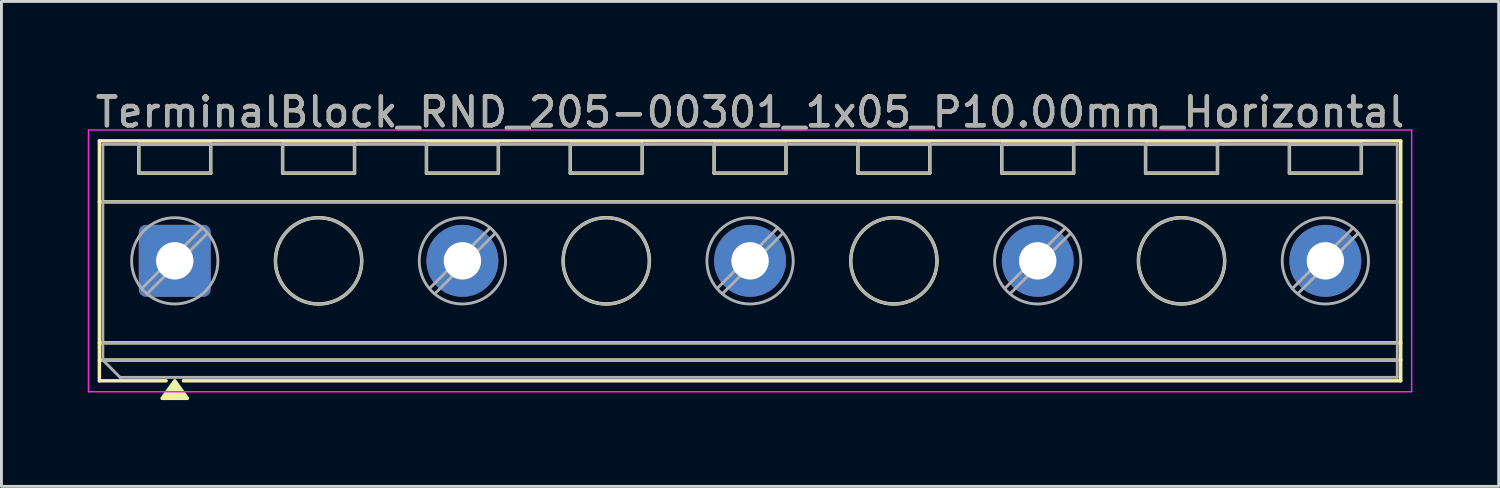
<source format=kicad_pcb>
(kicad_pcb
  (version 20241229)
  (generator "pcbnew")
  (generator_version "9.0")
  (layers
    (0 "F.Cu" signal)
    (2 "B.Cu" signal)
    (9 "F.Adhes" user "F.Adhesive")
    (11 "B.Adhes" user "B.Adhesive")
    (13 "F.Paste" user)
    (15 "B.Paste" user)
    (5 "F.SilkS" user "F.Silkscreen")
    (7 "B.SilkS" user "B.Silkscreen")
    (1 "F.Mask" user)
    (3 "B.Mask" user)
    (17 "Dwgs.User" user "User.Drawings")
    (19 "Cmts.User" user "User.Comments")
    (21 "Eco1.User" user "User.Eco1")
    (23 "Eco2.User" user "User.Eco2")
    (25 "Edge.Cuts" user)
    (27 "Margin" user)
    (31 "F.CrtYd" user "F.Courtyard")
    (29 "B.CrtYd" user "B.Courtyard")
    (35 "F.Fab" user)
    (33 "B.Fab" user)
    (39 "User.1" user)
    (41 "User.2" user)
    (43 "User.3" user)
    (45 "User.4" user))
  (footprint "TerminalBlock_RND_205-00301_1x05_P10.00mm_Horizontal"
    (layer "F.Cu")
    (at 3.025 6.018)
    (property "Reference" "TerminalBlock_RND_205-00301_1x05_P10.00mm_Horizontal" (at 20 -5.17 0) (layer "F.SilkS") (effects (font (size 1 1) (thickness 0.15))))
    (attr through_hole)
    (fp_line (start -2.62 -4.17) (end 42.62 -4.17) (stroke (width 0.12) (type solid)) (layer "F.SilkS"))
    (fp_line (start -2.62 -2.05) (end 42.62 -2.05) (stroke (width 0.12) (type solid)) (layer "F.SilkS"))
    (fp_line (start -2.62 2.85) (end 42.62 2.85) (stroke (width 0.12) (type solid)) (layer "F.SilkS"))
    (fp_line (start -2.62 3.45) (end 42.62 3.45) (stroke (width 0.12) (type solid)) (layer "F.SilkS"))
    (fp_line (start -2.62 4.17) (end -2.62 -4.17) (stroke (width 0.12) (type solid)) (layer "F.SilkS"))
    (fp_line (start -1.25 -4.05) (end 1.25 -4.05) (stroke (width 0.12) (type solid)) (layer "F.SilkS"))
    (fp_line (start -1.25 -3.05) (end -1.25 -4.05) (stroke (width 0.12) (type solid)) (layer "F.SilkS"))
    (fp_line (start -0.3 4.17) (end -2.62 4.17) (stroke (width 0.12) (type solid)) (layer "F.SilkS"))
    (fp_line (start 1.25 -4.05) (end 1.25 -3.05) (stroke (width 0.12) (type solid)) (layer "F.SilkS"))
    (fp_line (start 1.25 -3.05) (end -1.25 -3.05) (stroke (width 0.12) (type solid)) (layer "F.SilkS"))
    (fp_line (start 3.75 -4.05) (end 6.25 -4.05) (stroke (width 0.12) (type solid)) (layer "F.SilkS"))
    (fp_line (start 3.75 -3.05) (end 3.75 -4.05) (stroke (width 0.12) (type solid)) (layer "F.SilkS"))
    (fp_line (start 6.25 -4.05) (end 6.25 -3.05) (stroke (width 0.12) (type solid)) (layer "F.SilkS"))
    (fp_line (start 6.25 -3.05) (end 3.75 -3.05) (stroke (width 0.12) (type solid)) (layer "F.SilkS"))
    (fp_line (start 8.75 -4.05) (end 11.25 -4.05) (stroke (width 0.12) (type solid)) (layer "F.SilkS"))
    (fp_line (start 8.75 -3.05) (end 8.75 -4.05) (stroke (width 0.12) (type solid)) (layer "F.SilkS"))
    (fp_line (start 11.25 -4.05) (end 11.25 -3.05) (stroke (width 0.12) (type solid)) (layer "F.SilkS"))
    (fp_line (start 11.25 -3.05) (end 8.75 -3.05) (stroke (width 0.12) (type solid)) (layer "F.SilkS"))
    (fp_line (start 13.75 -4.05) (end 16.25 -4.05) (stroke (width 0.12) (type solid)) (layer "F.SilkS"))
    (fp_line (start 13.75 -3.05) (end 13.75 -4.05) (stroke (width 0.12) (type solid)) (layer "F.SilkS"))
    (fp_line (start 16.25 -4.05) (end 16.25 -3.05) (stroke (width 0.12) (type solid)) (layer "F.SilkS"))
    (fp_line (start 16.25 -3.05) (end 13.75 -3.05) (stroke (width 0.12) (type solid)) (layer "F.SilkS"))
    (fp_line (start 18.75 -4.05) (end 21.25 -4.05) (stroke (width 0.12) (type solid)) (layer "F.SilkS"))
    (fp_line (start 18.75 -3.05) (end 18.75 -4.05) (stroke (width 0.12) (type solid)) (layer "F.SilkS"))
    (fp_line (start 21.25 -4.05) (end 21.25 -3.05) (stroke (width 0.12) (type solid)) (layer "F.SilkS"))
    (fp_line (start 21.25 -3.05) (end 18.75 -3.05) (stroke (width 0.12) (type solid)) (layer "F.SilkS"))
    (fp_line (start 23.75 -4.05) (end 26.25 -4.05) (stroke (width 0.12) (type solid)) (layer "F.SilkS"))
    (fp_line (start 23.75 -3.05) (end 23.75 -4.05) (stroke (width 0.12) (type solid)) (layer "F.SilkS"))
    (fp_line (start 26.25 -4.05) (end 26.25 -3.05) (stroke (width 0.12) (type solid)) (layer "F.SilkS"))
    (fp_line (start 26.25 -3.05) (end 23.75 -3.05) (stroke (width 0.12) (type solid)) (layer "F.SilkS"))
    (fp_line (start 28.75 -4.05) (end 31.25 -4.05) (stroke (width 0.12) (type solid)) (layer "F.SilkS"))
    (fp_line (start 28.75 -3.05) (end 28.75 -4.05) (stroke (width 0.12) (type solid)) (layer "F.SilkS"))
    (fp_line (start 31.25 -4.05) (end 31.25 -3.05) (stroke (width 0.12) (type solid)) (layer "F.SilkS"))
    (fp_line (start 31.25 -3.05) (end 28.75 -3.05) (stroke (width 0.12) (type solid)) (layer "F.SilkS"))
    (fp_line (start 33.75 -4.05) (end 36.25 -4.05) (stroke (width 0.12) (type solid)) (layer "F.SilkS"))
    (fp_line (start 33.75 -3.05) (end 33.75 -4.05) (stroke (width 0.12) (type solid)) (layer "F.SilkS"))
    (fp_line (start 36.25 -4.05) (end 36.25 -3.05) (stroke (width 0.12) (type solid)) (layer "F.SilkS"))
    (fp_line (start 36.25 -3.05) (end 33.75 -3.05) (stroke (width 0.12) (type solid)) (layer "F.SilkS"))
    (fp_line (start 38.75 -4.05) (end 41.25 -4.05) (stroke (width 0.12) (type solid)) (layer "F.SilkS"))
    (fp_line (start 38.75 -3.05) (end 38.75 -4.05) (stroke (width 0.12) (type solid)) (layer "F.SilkS"))
    (fp_line (start 41.25 -4.05) (end 41.25 -3.05) (stroke (width 0.12) (type solid)) (layer "F.SilkS"))
    (fp_line (start 41.25 -3.05) (end 38.75 -3.05) (stroke (width 0.12) (type solid)) (layer "F.SilkS"))
    (fp_line (start 42.62 -4.17) (end 42.62 4.17) (stroke (width 0.12) (type solid)) (layer "F.SilkS"))
    (fp_line (start 42.62 4.17) (end 0.3 4.17) (stroke (width 0.12) (type solid)) (layer "F.SilkS"))
    (fp_circle (center 5 0) (end 6.5 0) (stroke (width 0.12) (type solid)) (fill no) (layer "F.SilkS"))
    (fp_circle (center 15 0) (end 16.5 0) (stroke (width 0.12) (type solid)) (fill no) (layer "F.SilkS"))
    (fp_circle (center 25 0) (end 26.5 0) (stroke (width 0.12) (type solid)) (fill no) (layer "F.SilkS"))
    (fp_circle (center 35 0) (end 36.5 0) (stroke (width 0.12) (type solid)) (fill no) (layer "F.SilkS"))
    (fp_poly (pts (xy 0 4.17) (xy 0.44 4.78) (xy -0.44 4.78)) (stroke (width 0.12) (type solid)) (fill yes) (layer "F.SilkS"))
    (fp_line (start -3 -4.55) (end -3 4.55) (stroke (width 0.05) (type solid)) (layer "F.CrtYd"))
    (fp_line (start -3 4.55) (end 43 4.55) (stroke (width 0.05) (type solid)) (layer "F.CrtYd"))
    (fp_line (start 43 -4.55) (end -3 -4.55) (stroke (width 0.05) (type solid)) (layer "F.CrtYd"))
    (fp_line (start 43 4.55) (end 43 -4.55) (stroke (width 0.05) (type solid)) (layer "F.CrtYd"))
    (fp_line (start -2.5 -4.05) (end 42.5 -4.05) (stroke (width 0.1) (type solid)) (layer "F.Fab"))
    (fp_line (start -2.5 -2.05) (end 42.5 -2.05) (stroke (width 0.1) (type solid)) (layer "F.Fab"))
    (fp_line (start -2.5 2.85) (end 42.5 2.85) (stroke (width 0.1) (type solid)) (layer "F.Fab"))
    (fp_line (start -2.5 3.45) (end -2.5 -4.05) (stroke (width 0.1) (type solid)) (layer "F.Fab"))
    (fp_line (start -2.5 3.45) (end 42.5 3.45) (stroke (width 0.1) (type solid)) (layer "F.Fab"))
    (fp_line (start -1.9 4.05) (end -2.5 3.45) (stroke (width 0.1) (type solid)) (layer "F.Fab"))
    (fp_line (start -1.25 -4.05) (end -1.25 -3.05) (stroke (width 0.1) (type solid)) (layer "F.Fab"))
    (fp_line (start -1.25 -3.05) (end 1.25 -3.05) (stroke (width 0.1) (type solid)) (layer "F.Fab"))
    (fp_line (start 0.955 -1.138) (end -1.138 0.955) (stroke (width 0.1) (type solid)) (layer "F.Fab"))
    (fp_line (start 1.138 -0.955) (end -0.955 1.138) (stroke (width 0.1) (type solid)) (layer "F.Fab"))
    (fp_line (start 1.25 -4.05) (end -1.25 -4.05) (stroke (width 0.1) (type solid)) (layer "F.Fab"))
    (fp_line (start 1.25 -3.05) (end 1.25 -4.05) (stroke (width 0.1) (type solid)) (layer "F.Fab"))
    (fp_line (start 3.75 -4.05) (end 3.75 -3.05) (stroke (width 0.1) (type solid)) (layer "F.Fab"))
    (fp_line (start 3.75 -3.05) (end 6.25 -3.05) (stroke (width 0.1) (type solid)) (layer "F.Fab"))
    (fp_line (start 6.25 -4.05) (end 3.75 -4.05) (stroke (width 0.1) (type solid)) (layer "F.Fab"))
    (fp_line (start 6.25 -3.05) (end 6.25 -4.05) (stroke (width 0.1) (type solid)) (layer "F.Fab"))
    (fp_line (start 8.75 -4.05) (end 8.75 -3.05) (stroke (width 0.1) (type solid)) (layer "F.Fab"))
    (fp_line (start 8.75 -3.05) (end 11.25 -3.05) (stroke (width 0.1) (type solid)) (layer "F.Fab"))
    (fp_line (start 10.955 -1.138) (end 8.862 0.955) (stroke (width 0.1) (type solid)) (layer "F.Fab"))
    (fp_line (start 11.138 -0.955) (end 9.045 1.138) (stroke (width 0.1) (type solid)) (layer "F.Fab"))
    (fp_line (start 11.25 -4.05) (end 8.75 -4.05) (stroke (width 0.1) (type solid)) (layer "F.Fab"))
    (fp_line (start 11.25 -3.05) (end 11.25 -4.05) (stroke (width 0.1) (type solid)) (layer "F.Fab"))
    (fp_line (start 13.75 -4.05) (end 13.75 -3.05) (stroke (width 0.1) (type solid)) (layer "F.Fab"))
    (fp_line (start 13.75 -3.05) (end 16.25 -3.05) (stroke (width 0.1) (type solid)) (layer "F.Fab"))
    (fp_line (start 16.25 -4.05) (end 13.75 -4.05) (stroke (width 0.1) (type solid)) (layer "F.Fab"))
    (fp_line (start 16.25 -3.05) (end 16.25 -4.05) (stroke (width 0.1) (type solid)) (layer "F.Fab"))
    (fp_line (start 18.75 -4.05) (end 18.75 -3.05) (stroke (width 0.1) (type solid)) (layer "F.Fab"))
    (fp_line (start 18.75 -3.05) (end 21.25 -3.05) (stroke (width 0.1) (type solid)) (layer "F.Fab"))
    (fp_line (start 20.955 -1.138) (end 18.862 0.955) (stroke (width 0.1) (type solid)) (layer "F.Fab"))
    (fp_line (start 21.138 -0.955) (end 19.045 1.138) (stroke (width 0.1) (type solid)) (layer "F.Fab"))
    (fp_line (start 21.25 -4.05) (end 18.75 -4.05) (stroke (width 0.1) (type solid)) (layer "F.Fab"))
    (fp_line (start 21.25 -3.05) (end 21.25 -4.05) (stroke (width 0.1) (type solid)) (layer "F.Fab"))
    (fp_line (start 23.75 -4.05) (end 23.75 -3.05) (stroke (width 0.1) (type solid)) (layer "F.Fab"))
    (fp_line (start 23.75 -3.05) (end 26.25 -3.05) (stroke (width 0.1) (type solid)) (layer "F.Fab"))
    (fp_line (start 26.25 -4.05) (end 23.75 -4.05) (stroke (width 0.1) (type solid)) (layer "F.Fab"))
    (fp_line (start 26.25 -3.05) (end 26.25 -4.05) (stroke (width 0.1) (type solid)) (layer "F.Fab"))
    (fp_line (start 28.75 -4.05) (end 28.75 -3.05) (stroke (width 0.1) (type solid)) (layer "F.Fab"))
    (fp_line (start 28.75 -3.05) (end 31.25 -3.05) (stroke (width 0.1) (type solid)) (layer "F.Fab"))
    (fp_line (start 30.955 -1.138) (end 28.862 0.955) (stroke (width 0.1) (type solid)) (layer "F.Fab"))
    (fp_line (start 31.138 -0.955) (end 29.045 1.138) (stroke (width 0.1) (type solid)) (layer "F.Fab"))
    (fp_line (start 31.25 -4.05) (end 28.75 -4.05) (stroke (width 0.1) (type solid)) (layer "F.Fab"))
    (fp_line (start 31.25 -3.05) (end 31.25 -4.05) (stroke (width 0.1) (type solid)) (layer "F.Fab"))
    (fp_line (start 33.75 -4.05) (end 33.75 -3.05) (stroke (width 0.1) (type solid)) (layer "F.Fab"))
    (fp_line (start 33.75 -3.05) (end 36.25 -3.05) (stroke (width 0.1) (type solid)) (layer "F.Fab"))
    (fp_line (start 36.25 -4.05) (end 33.75 -4.05) (stroke (width 0.1) (type solid)) (layer "F.Fab"))
    (fp_line (start 36.25 -3.05) (end 36.25 -4.05) (stroke (width 0.1) (type solid)) (layer "F.Fab"))
    (fp_line (start 38.75 -4.05) (end 38.75 -3.05) (stroke (width 0.1) (type solid)) (layer "F.Fab"))
    (fp_line (start 38.75 -3.05) (end 41.25 -3.05) (stroke (width 0.1) (type solid)) (layer "F.Fab"))
    (fp_line (start 40.955 -1.138) (end 38.862 0.955) (stroke (width 0.1) (type solid)) (layer "F.Fab"))
    (fp_line (start 41.138 -0.955) (end 39.045 1.138) (stroke (width 0.1) (type solid)) (layer "F.Fab"))
    (fp_line (start 41.25 -4.05) (end 38.75 -4.05) (stroke (width 0.1) (type solid)) (layer "F.Fab"))
    (fp_line (start 41.25 -3.05) (end 41.25 -4.05) (stroke (width 0.1) (type solid)) (layer "F.Fab"))
    (fp_line (start 42.5 -4.05) (end 42.5 4.05) (stroke (width 0.1) (type solid)) (layer "F.Fab"))
    (fp_line (start 42.5 4.05) (end -1.9 4.05) (stroke (width 0.1) (type solid)) (layer "F.Fab"))
    (fp_circle (center 0 0) (end 1.5 0) (stroke (width 0.1) (type solid)) (fill no) (layer "F.Fab"))
    (fp_circle (center 5 0) (end 6.5 0) (stroke (width 0.1) (type solid)) (fill no) (layer "F.Fab"))
    (fp_circle (center 10 0) (end 11.5 0) (stroke (width 0.1) (type solid)) (fill no) (layer "F.Fab"))
    (fp_circle (center 15 0) (end 16.5 0) (stroke (width 0.1) (type solid)) (fill no) (layer "F.Fab"))
    (fp_circle (center 20 0) (end 21.5 0) (stroke (width 0.1) (type solid)) (fill no) (layer "F.Fab"))
    (fp_circle (center 25 0) (end 26.5 0) (stroke (width 0.1) (type solid)) (fill no) (layer "F.Fab"))
    (fp_circle (center 30 0) (end 31.5 0) (stroke (width 0.1) (type solid)) (fill no) (layer "F.Fab"))
    (fp_circle (center 35 0) (end 36.5 0) (stroke (width 0.1) (type solid)) (fill no) (layer "F.Fab"))
    (fp_circle (center 40 0) (end 41.5 0) (stroke (width 0.1) (type solid)) (fill no) (layer "F.Fab"))
    (fp_text user "${REFERENCE}" (at 20 -5.17 0) (layer "F.Fab") (effects (font (size 1 1) (thickness 0.15))))
    (pad "1" thru_hole roundrect (at 0 0) (size 2.5 2.5) (drill 1.3) (layers "*.Cu" "*.Mask") (roundrect_rratio 0.1))
    (pad "2" thru_hole circle (at 10 0) (size 2.5 2.5) (drill 1.3) (layers "*.Cu" "*.Mask"))
    (pad "3" thru_hole circle (at 20 0) (size 2.5 2.5) (drill 1.3) (layers "*.Cu" "*.Mask"))
    (pad "4" thru_hole circle (at 30 0) (size 2.5 2.5) (drill 1.3) (layers "*.Cu" "*.Mask"))
    (pad "5" thru_hole circle (at 40 0) (size 2.5 2.5) (drill 1.3) (layers "*.Cu" "*.Mask")))
  (gr_rect
    (start -3 -3)
    (end 49.05 13.858)
    (stroke (width 0.1) (type default))
    (fill no)
    (layer "Edge.Cuts")))
</source>
